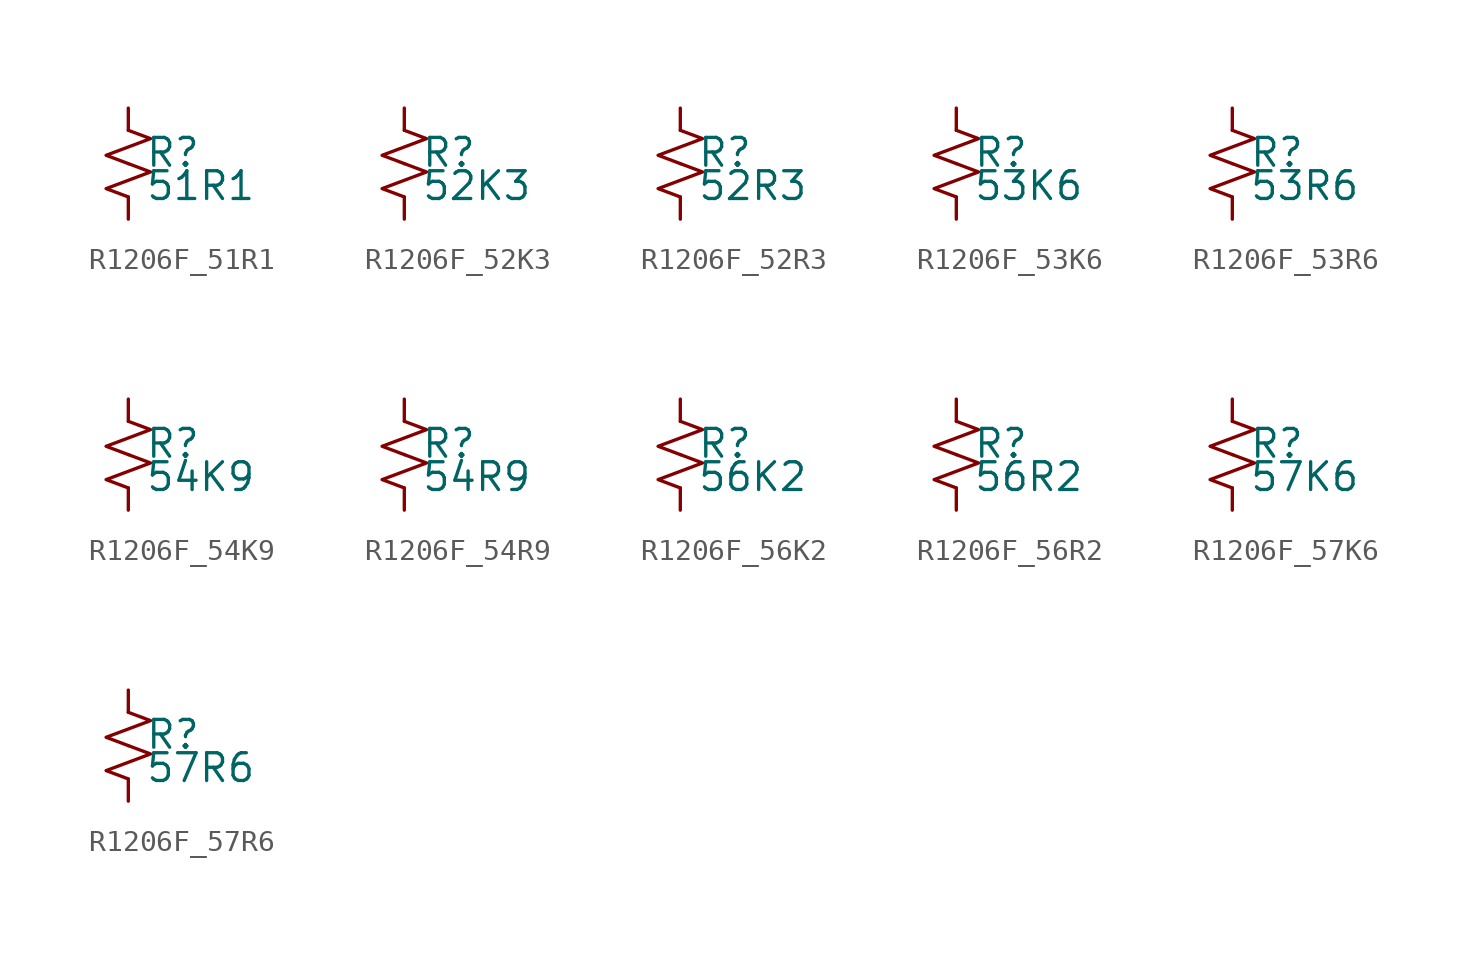
<source format=kicad_sym>
(kicad_symbol_lib
  (version 20220914)
  (generator kicad_symbol_editor)
  (symbol "R1206F_51R1"
    (pin_numbers hide)
    (pin_names
      (offset 0.254) hide)
    (property "Reference" "R"
      (at 0.762 0.508 0)
      (effects (font (size 1.27 1.27)) (justify left)))
    (property "Value" "51R1"
      (at 0.762 -1.016 0)
      (effects (font (size 1.27 1.27)) (justify left)))
    (symbol "R1206F_51R1_1_1"
      (polyline (pts (xy 0 0) (xy 1.016 -0.381) (xy 0 -0.762) (xy -1.016 -1.143) (xy 0 -1.524)) (stroke (width 0) (type default)) (fill (type none)))
      (polyline (pts (xy 0 1.524) (xy 1.016 1.143) (xy 0 0.762) (xy -1.016 0.381) (xy 0 0)) (stroke (width 0) (type default)) (fill (type none)))
      (pin passive line (at 0 2.54 270) (length 1.016) (name "~" (effects (font (size 1.27 1.27)))) (number "1" (effects (font (size 1.27 1.27)))))
      (pin passive line (at 0 -2.54 90) (length 1.016) (name "~" (effects (font (size 1.27 1.27)))) (number "2" (effects (font (size 1.27 1.27)))))))
  (symbol "R1206F_52K3"
    (pin_numbers hide)
    (pin_names
      (offset 0.254) hide)
    (property "Reference" "R"
      (at 0.762 0.508 0)
      (effects (font (size 1.27 1.27)) (justify left)))
    (property "Value" "52K3"
      (at 0.762 -1.016 0)
      (effects (font (size 1.27 1.27)) (justify left)))
    (symbol "R1206F_52K3_1_1"
      (polyline (pts (xy 0 0) (xy 1.016 -0.381) (xy 0 -0.762) (xy -1.016 -1.143) (xy 0 -1.524)) (stroke (width 0) (type default)) (fill (type none)))
      (polyline (pts (xy 0 1.524) (xy 1.016 1.143) (xy 0 0.762) (xy -1.016 0.381) (xy 0 0)) (stroke (width 0) (type default)) (fill (type none)))
      (pin passive line (at 0 2.54 270) (length 1.016) (name "~" (effects (font (size 1.27 1.27)))) (number "1" (effects (font (size 1.27 1.27)))))
      (pin passive line (at 0 -2.54 90) (length 1.016) (name "~" (effects (font (size 1.27 1.27)))) (number "2" (effects (font (size 1.27 1.27)))))))
  (symbol "R1206F_52R3"
    (pin_numbers hide)
    (pin_names
      (offset 0.254) hide)
    (property "Reference" "R"
      (at 0.762 0.508 0)
      (effects (font (size 1.27 1.27)) (justify left)))
    (property "Value" "52R3"
      (at 0.762 -1.016 0)
      (effects (font (size 1.27 1.27)) (justify left)))
    (symbol "R1206F_52R3_1_1"
      (polyline (pts (xy 0 0) (xy 1.016 -0.381) (xy 0 -0.762) (xy -1.016 -1.143) (xy 0 -1.524)) (stroke (width 0) (type default)) (fill (type none)))
      (polyline (pts (xy 0 1.524) (xy 1.016 1.143) (xy 0 0.762) (xy -1.016 0.381) (xy 0 0)) (stroke (width 0) (type default)) (fill (type none)))
      (pin passive line (at 0 2.54 270) (length 1.016) (name "~" (effects (font (size 1.27 1.27)))) (number "1" (effects (font (size 1.27 1.27)))))
      (pin passive line (at 0 -2.54 90) (length 1.016) (name "~" (effects (font (size 1.27 1.27)))) (number "2" (effects (font (size 1.27 1.27)))))))
  (symbol "R1206F_53K6"
    (pin_numbers hide)
    (pin_names
      (offset 0.254) hide)
    (property "Reference" "R"
      (at 0.762 0.508 0)
      (effects (font (size 1.27 1.27)) (justify left)))
    (property "Value" "53K6"
      (at 0.762 -1.016 0)
      (effects (font (size 1.27 1.27)) (justify left)))
    (symbol "R1206F_53K6_1_1"
      (polyline (pts (xy 0 0) (xy 1.016 -0.381) (xy 0 -0.762) (xy -1.016 -1.143) (xy 0 -1.524)) (stroke (width 0) (type default)) (fill (type none)))
      (polyline (pts (xy 0 1.524) (xy 1.016 1.143) (xy 0 0.762) (xy -1.016 0.381) (xy 0 0)) (stroke (width 0) (type default)) (fill (type none)))
      (pin passive line (at 0 2.54 270) (length 1.016) (name "~" (effects (font (size 1.27 1.27)))) (number "1" (effects (font (size 1.27 1.27)))))
      (pin passive line (at 0 -2.54 90) (length 1.016) (name "~" (effects (font (size 1.27 1.27)))) (number "2" (effects (font (size 1.27 1.27)))))))
  (symbol "R1206F_53R6"
    (pin_numbers hide)
    (pin_names
      (offset 0.254) hide)
    (property "Reference" "R"
      (at 0.762 0.508 0)
      (effects (font (size 1.27 1.27)) (justify left)))
    (property "Value" "53R6"
      (at 0.762 -1.016 0)
      (effects (font (size 1.27 1.27)) (justify left)))
    (symbol "R1206F_53R6_1_1"
      (polyline (pts (xy 0 0) (xy 1.016 -0.381) (xy 0 -0.762) (xy -1.016 -1.143) (xy 0 -1.524)) (stroke (width 0) (type default)) (fill (type none)))
      (polyline (pts (xy 0 1.524) (xy 1.016 1.143) (xy 0 0.762) (xy -1.016 0.381) (xy 0 0)) (stroke (width 0) (type default)) (fill (type none)))
      (pin passive line (at 0 2.54 270) (length 1.016) (name "~" (effects (font (size 1.27 1.27)))) (number "1" (effects (font (size 1.27 1.27)))))
      (pin passive line (at 0 -2.54 90) (length 1.016) (name "~" (effects (font (size 1.27 1.27)))) (number "2" (effects (font (size 1.27 1.27)))))))
  (symbol "R1206F_54K9"
    (pin_numbers hide)
    (pin_names
      (offset 0.254) hide)
    (property "Reference" "R"
      (at 0.762 0.508 0)
      (effects (font (size 1.27 1.27)) (justify left)))
    (property "Value" "54K9"
      (at 0.762 -1.016 0)
      (effects (font (size 1.27 1.27)) (justify left)))
    (symbol "R1206F_54K9_1_1"
      (polyline (pts (xy 0 0) (xy 1.016 -0.381) (xy 0 -0.762) (xy -1.016 -1.143) (xy 0 -1.524)) (stroke (width 0) (type default)) (fill (type none)))
      (polyline (pts (xy 0 1.524) (xy 1.016 1.143) (xy 0 0.762) (xy -1.016 0.381) (xy 0 0)) (stroke (width 0) (type default)) (fill (type none)))
      (pin passive line (at 0 2.54 270) (length 1.016) (name "~" (effects (font (size 1.27 1.27)))) (number "1" (effects (font (size 1.27 1.27)))))
      (pin passive line (at 0 -2.54 90) (length 1.016) (name "~" (effects (font (size 1.27 1.27)))) (number "2" (effects (font (size 1.27 1.27)))))))
  (symbol "R1206F_54R9"
    (pin_numbers hide)
    (pin_names
      (offset 0.254) hide)
    (property "Reference" "R"
      (at 0.762 0.508 0)
      (effects (font (size 1.27 1.27)) (justify left)))
    (property "Value" "54R9"
      (at 0.762 -1.016 0)
      (effects (font (size 1.27 1.27)) (justify left)))
    (symbol "R1206F_54R9_1_1"
      (polyline (pts (xy 0 0) (xy 1.016 -0.381) (xy 0 -0.762) (xy -1.016 -1.143) (xy 0 -1.524)) (stroke (width 0) (type default)) (fill (type none)))
      (polyline (pts (xy 0 1.524) (xy 1.016 1.143) (xy 0 0.762) (xy -1.016 0.381) (xy 0 0)) (stroke (width 0) (type default)) (fill (type none)))
      (pin passive line (at 0 2.54 270) (length 1.016) (name "~" (effects (font (size 1.27 1.27)))) (number "1" (effects (font (size 1.27 1.27)))))
      (pin passive line (at 0 -2.54 90) (length 1.016) (name "~" (effects (font (size 1.27 1.27)))) (number "2" (effects (font (size 1.27 1.27)))))))
  (symbol "R1206F_56K2"
    (pin_numbers hide)
    (pin_names
      (offset 0.254) hide)
    (property "Reference" "R"
      (at 0.762 0.508 0)
      (effects (font (size 1.27 1.27)) (justify left)))
    (property "Value" "56K2"
      (at 0.762 -1.016 0)
      (effects (font (size 1.27 1.27)) (justify left)))
    (symbol "R1206F_56K2_1_1"
      (polyline (pts (xy 0 0) (xy 1.016 -0.381) (xy 0 -0.762) (xy -1.016 -1.143) (xy 0 -1.524)) (stroke (width 0) (type default)) (fill (type none)))
      (polyline (pts (xy 0 1.524) (xy 1.016 1.143) (xy 0 0.762) (xy -1.016 0.381) (xy 0 0)) (stroke (width 0) (type default)) (fill (type none)))
      (pin passive line (at 0 2.54 270) (length 1.016) (name "~" (effects (font (size 1.27 1.27)))) (number "1" (effects (font (size 1.27 1.27)))))
      (pin passive line (at 0 -2.54 90) (length 1.016) (name "~" (effects (font (size 1.27 1.27)))) (number "2" (effects (font (size 1.27 1.27)))))))
  (symbol "R1206F_56R2"
    (pin_numbers hide)
    (pin_names
      (offset 0.254) hide)
    (property "Reference" "R"
      (at 0.762 0.508 0)
      (effects (font (size 1.27 1.27)) (justify left)))
    (property "Value" "56R2"
      (at 0.762 -1.016 0)
      (effects (font (size 1.27 1.27)) (justify left)))
    (symbol "R1206F_56R2_1_1"
      (polyline (pts (xy 0 0) (xy 1.016 -0.381) (xy 0 -0.762) (xy -1.016 -1.143) (xy 0 -1.524)) (stroke (width 0) (type default)) (fill (type none)))
      (polyline (pts (xy 0 1.524) (xy 1.016 1.143) (xy 0 0.762) (xy -1.016 0.381) (xy 0 0)) (stroke (width 0) (type default)) (fill (type none)))
      (pin passive line (at 0 2.54 270) (length 1.016) (name "~" (effects (font (size 1.27 1.27)))) (number "1" (effects (font (size 1.27 1.27)))))
      (pin passive line (at 0 -2.54 90) (length 1.016) (name "~" (effects (font (size 1.27 1.27)))) (number "2" (effects (font (size 1.27 1.27)))))))
  (symbol "R1206F_57K6"
    (pin_numbers hide)
    (pin_names
      (offset 0.254) hide)
    (property "Reference" "R"
      (at 0.762 0.508 0)
      (effects (font (size 1.27 1.27)) (justify left)))
    (property "Value" "57K6"
      (at 0.762 -1.016 0)
      (effects (font (size 1.27 1.27)) (justify left)))
    (symbol "R1206F_57K6_1_1"
      (polyline (pts (xy 0 0) (xy 1.016 -0.381) (xy 0 -0.762) (xy -1.016 -1.143) (xy 0 -1.524)) (stroke (width 0) (type default)) (fill (type none)))
      (polyline (pts (xy 0 1.524) (xy 1.016 1.143) (xy 0 0.762) (xy -1.016 0.381) (xy 0 0)) (stroke (width 0) (type default)) (fill (type none)))
      (pin passive line (at 0 2.54 270) (length 1.016) (name "~" (effects (font (size 1.27 1.27)))) (number "1" (effects (font (size 1.27 1.27)))))
      (pin passive line (at 0 -2.54 90) (length 1.016) (name "~" (effects (font (size 1.27 1.27)))) (number "2" (effects (font (size 1.27 1.27)))))))
  (symbol "R1206F_57R6"
    (pin_numbers hide)
    (pin_names
      (offset 0.254) hide)
    (property "Reference" "R"
      (at 0.762 0.508 0)
      (effects (font (size 1.27 1.27)) (justify left)))
    (property "Value" "57R6"
      (at 0.762 -1.016 0)
      (effects (font (size 1.27 1.27)) (justify left)))
    (symbol "R1206F_57R6_1_1"
      (polyline (pts (xy 0 0) (xy 1.016 -0.381) (xy 0 -0.762) (xy -1.016 -1.143) (xy 0 -1.524)) (stroke (width 0) (type default)) (fill (type none)))
      (polyline (pts (xy 0 1.524) (xy 1.016 1.143) (xy 0 0.762) (xy -1.016 0.381) (xy 0 0)) (stroke (width 0) (type default)) (fill (type none)))
      (pin passive line (at 0 2.54 270) (length 1.016) (name "~" (effects (font (size 1.27 1.27)))) (number "1" (effects (font (size 1.27 1.27)))))
      (pin passive line (at 0 -2.54 90) (length 1.016) (name "~" (effects (font (size 1.27 1.27)))) (number "2" (effects (font (size 1.27 1.27))))))))
</source>
